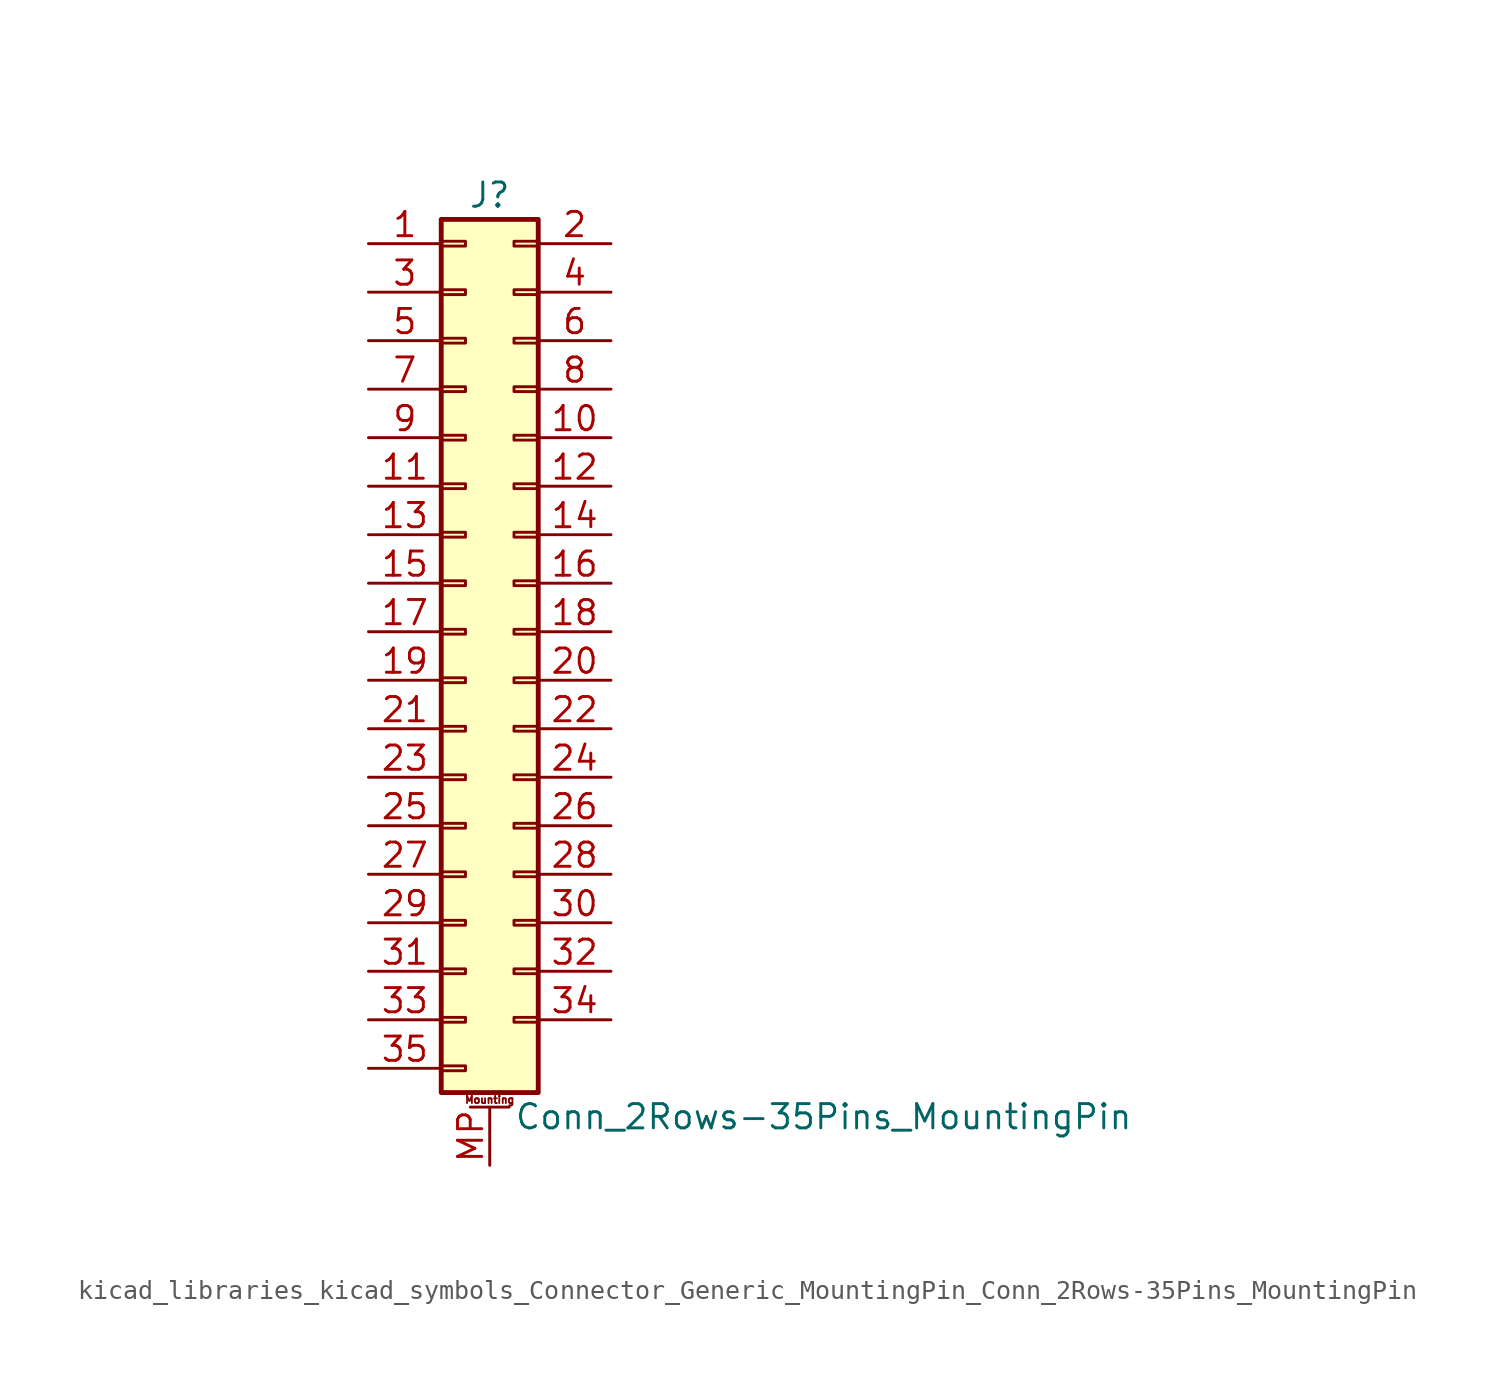
<source format=kicad_sym>
(kicad_symbol_lib
  (version 20220914)
  (generator kicad_symbol_editor)
  (symbol "kicad_libraries_kicad_symbols_Connector_Generic_MountingPin_Conn_2Rows-35Pins_MountingPin"
    (pin_names
      (offset 1.016) hide)
    (property "Reference" "J"
      (at 1.27 22.86 0)
      (effects (font (size 1.27 1.27))))
    (property "Value" "Conn_2Rows-35Pins_MountingPin"
      (at 2.54 -25.4 0)
      (effects (font (size 1.27 1.27)) (justify left)))
    (symbol "kicad_libraries_kicad_symbols_Connector_Generic_MountingPin_Conn_2Rows-35Pins_MountingPin_1_1"
      (rectangle (start -1.27 -22.733) (end 0 -22.987) (stroke (width 0.152) (type default)) (fill (type none)))
      (rectangle (start -1.27 -20.193) (end 0 -20.447) (stroke (width 0.152) (type default)) (fill (type none)))
      (rectangle (start -1.27 -17.653) (end 0 -17.907) (stroke (width 0.152) (type default)) (fill (type none)))
      (rectangle (start -1.27 -15.113) (end 0 -15.367) (stroke (width 0.152) (type default)) (fill (type none)))
      (rectangle (start -1.27 -12.573) (end 0 -12.827) (stroke (width 0.152) (type default)) (fill (type none)))
      (rectangle (start -1.27 -10.033) (end 0 -10.287) (stroke (width 0.152) (type default)) (fill (type none)))
      (rectangle (start -1.27 -7.493) (end 0 -7.747) (stroke (width 0.152) (type default)) (fill (type none)))
      (rectangle (start -1.27 -4.953) (end 0 -5.207) (stroke (width 0.152) (type default)) (fill (type none)))
      (rectangle (start -1.27 -2.413) (end 0 -2.667) (stroke (width 0.152) (type default)) (fill (type none)))
      (rectangle (start -1.27 0.127) (end 0 -0.127) (stroke (width 0.152) (type default)) (fill (type none)))
      (rectangle (start -1.27 2.667) (end 0 2.413) (stroke (width 0.152) (type default)) (fill (type none)))
      (rectangle (start -1.27 5.207) (end 0 4.953) (stroke (width 0.152) (type default)) (fill (type none)))
      (rectangle (start -1.27 7.747) (end 0 7.493) (stroke (width 0.152) (type default)) (fill (type none)))
      (rectangle (start -1.27 10.287) (end 0 10.033) (stroke (width 0.152) (type default)) (fill (type none)))
      (rectangle (start -1.27 12.827) (end 0 12.573) (stroke (width 0.152) (type default)) (fill (type none)))
      (rectangle (start -1.27 15.367) (end 0 15.113) (stroke (width 0.152) (type default)) (fill (type none)))
      (rectangle (start -1.27 17.907) (end 0 17.653) (stroke (width 0.152) (type default)) (fill (type none)))
      (rectangle (start -1.27 20.447) (end 0 20.193) (stroke (width 0.152) (type default)) (fill (type none)))
      (rectangle (start -1.27 21.59) (end 3.81 -24.13) (stroke (width 0.254) (type default)) (fill (type background)))
      (polyline (pts (xy 0.254 -24.892) (xy 2.286 -24.892)) (stroke (width 0.152) (type default)) (fill (type none)))
      (rectangle (start 3.81 -20.193) (end 2.54 -20.447) (stroke (width 0.152) (type default)) (fill (type none)))
      (rectangle (start 3.81 -17.653) (end 2.54 -17.907) (stroke (width 0.152) (type default)) (fill (type none)))
      (rectangle (start 3.81 -15.113) (end 2.54 -15.367) (stroke (width 0.152) (type default)) (fill (type none)))
      (rectangle (start 3.81 -12.573) (end 2.54 -12.827) (stroke (width 0.152) (type default)) (fill (type none)))
      (rectangle (start 3.81 -10.033) (end 2.54 -10.287) (stroke (width 0.152) (type default)) (fill (type none)))
      (rectangle (start 3.81 -7.493) (end 2.54 -7.747) (stroke (width 0.152) (type default)) (fill (type none)))
      (rectangle (start 3.81 -4.953) (end 2.54 -5.207) (stroke (width 0.152) (type default)) (fill (type none)))
      (rectangle (start 3.81 -2.413) (end 2.54 -2.667) (stroke (width 0.152) (type default)) (fill (type none)))
      (rectangle (start 3.81 0.127) (end 2.54 -0.127) (stroke (width 0.152) (type default)) (fill (type none)))
      (rectangle (start 3.81 2.667) (end 2.54 2.413) (stroke (width 0.152) (type default)) (fill (type none)))
      (rectangle (start 3.81 5.207) (end 2.54 4.953) (stroke (width 0.152) (type default)) (fill (type none)))
      (rectangle (start 3.81 7.747) (end 2.54 7.493) (stroke (width 0.152) (type default)) (fill (type none)))
      (rectangle (start 3.81 10.287) (end 2.54 10.033) (stroke (width 0.152) (type default)) (fill (type none)))
      (rectangle (start 3.81 12.827) (end 2.54 12.573) (stroke (width 0.152) (type default)) (fill (type none)))
      (rectangle (start 3.81 15.367) (end 2.54 15.113) (stroke (width 0.152) (type default)) (fill (type none)))
      (rectangle (start 3.81 17.907) (end 2.54 17.653) (stroke (width 0.152) (type default)) (fill (type none)))
      (rectangle (start 3.81 20.447) (end 2.54 20.193) (stroke (width 0.152) (type default)) (fill (type none)))
      (text "Mounting" (at 1.27 -24.511 0) (effects (font (size 0.381 0.381))))
      (pin passive line (at -5.08 20.32 0) (length 3.81) (name "Pin_1" (effects (font (size 1.27 1.27)))) (number "1" (effects (font (size 1.27 1.27)))))
      (pin passive line (at 7.62 10.16 180) (length 3.81) (name "Pin_10" (effects (font (size 1.27 1.27)))) (number "10" (effects (font (size 1.27 1.27)))))
      (pin passive line (at -5.08 7.62 0) (length 3.81) (name "Pin_11" (effects (font (size 1.27 1.27)))) (number "11" (effects (font (size 1.27 1.27)))))
      (pin passive line (at 7.62 7.62 180) (length 3.81) (name "Pin_12" (effects (font (size 1.27 1.27)))) (number "12" (effects (font (size 1.27 1.27)))))
      (pin passive line (at -5.08 5.08 0) (length 3.81) (name "Pin_13" (effects (font (size 1.27 1.27)))) (number "13" (effects (font (size 1.27 1.27)))))
      (pin passive line (at 7.62 5.08 180) (length 3.81) (name "Pin_14" (effects (font (size 1.27 1.27)))) (number "14" (effects (font (size 1.27 1.27)))))
      (pin passive line (at -5.08 2.54 0) (length 3.81) (name "Pin_15" (effects (font (size 1.27 1.27)))) (number "15" (effects (font (size 1.27 1.27)))))
      (pin passive line (at 7.62 2.54 180) (length 3.81) (name "Pin_16" (effects (font (size 1.27 1.27)))) (number "16" (effects (font (size 1.27 1.27)))))
      (pin passive line (at -5.08 0 0) (length 3.81) (name "Pin_17" (effects (font (size 1.27 1.27)))) (number "17" (effects (font (size 1.27 1.27)))))
      (pin passive line (at 7.62 0 180) (length 3.81) (name "Pin_18" (effects (font (size 1.27 1.27)))) (number "18" (effects (font (size 1.27 1.27)))))
      (pin passive line (at -5.08 -2.54 0) (length 3.81) (name "Pin_19" (effects (font (size 1.27 1.27)))) (number "19" (effects (font (size 1.27 1.27)))))
      (pin passive line (at 7.62 20.32 180) (length 3.81) (name "Pin_2" (effects (font (size 1.27 1.27)))) (number "2" (effects (font (size 1.27 1.27)))))
      (pin passive line (at 7.62 -2.54 180) (length 3.81) (name "Pin_20" (effects (font (size 1.27 1.27)))) (number "20" (effects (font (size 1.27 1.27)))))
      (pin passive line (at -5.08 -5.08 0) (length 3.81) (name "Pin_21" (effects (font (size 1.27 1.27)))) (number "21" (effects (font (size 1.27 1.27)))))
      (pin passive line (at 7.62 -5.08 180) (length 3.81) (name "Pin_22" (effects (font (size 1.27 1.27)))) (number "22" (effects (font (size 1.27 1.27)))))
      (pin passive line (at -5.08 -7.62 0) (length 3.81) (name "Pin_23" (effects (font (size 1.27 1.27)))) (number "23" (effects (font (size 1.27 1.27)))))
      (pin passive line (at 7.62 -7.62 180) (length 3.81) (name "Pin_24" (effects (font (size 1.27 1.27)))) (number "24" (effects (font (size 1.27 1.27)))))
      (pin passive line (at -5.08 -10.16 0) (length 3.81) (name "Pin_25" (effects (font (size 1.27 1.27)))) (number "25" (effects (font (size 1.27 1.27)))))
      (pin passive line (at 7.62 -10.16 180) (length 3.81) (name "Pin_26" (effects (font (size 1.27 1.27)))) (number "26" (effects (font (size 1.27 1.27)))))
      (pin passive line (at -5.08 -12.7 0) (length 3.81) (name "Pin_27" (effects (font (size 1.27 1.27)))) (number "27" (effects (font (size 1.27 1.27)))))
      (pin passive line (at 7.62 -12.7 180) (length 3.81) (name "Pin_28" (effects (font (size 1.27 1.27)))) (number "28" (effects (font (size 1.27 1.27)))))
      (pin passive line (at -5.08 -15.24 0) (length 3.81) (name "Pin_29" (effects (font (size 1.27 1.27)))) (number "29" (effects (font (size 1.27 1.27)))))
      (pin passive line (at -5.08 17.78 0) (length 3.81) (name "Pin_3" (effects (font (size 1.27 1.27)))) (number "3" (effects (font (size 1.27 1.27)))))
      (pin passive line (at 7.62 -15.24 180) (length 3.81) (name "Pin_30" (effects (font (size 1.27 1.27)))) (number "30" (effects (font (size 1.27 1.27)))))
      (pin passive line (at -5.08 -17.78 0) (length 3.81) (name "Pin_31" (effects (font (size 1.27 1.27)))) (number "31" (effects (font (size 1.27 1.27)))))
      (pin passive line (at 7.62 -17.78 180) (length 3.81) (name "Pin_32" (effects (font (size 1.27 1.27)))) (number "32" (effects (font (size 1.27 1.27)))))
      (pin passive line (at -5.08 -20.32 0) (length 3.81) (name "Pin_33" (effects (font (size 1.27 1.27)))) (number "33" (effects (font (size 1.27 1.27)))))
      (pin passive line (at 7.62 -20.32 180) (length 3.81) (name "Pin_34" (effects (font (size 1.27 1.27)))) (number "34" (effects (font (size 1.27 1.27)))))
      (pin passive line (at -5.08 -22.86 0) (length 3.81) (name "Pin_35" (effects (font (size 1.27 1.27)))) (number "35" (effects (font (size 1.27 1.27)))))
      (pin passive line (at 7.62 17.78 180) (length 3.81) (name "Pin_4" (effects (font (size 1.27 1.27)))) (number "4" (effects (font (size 1.27 1.27)))))
      (pin passive line (at -5.08 15.24 0) (length 3.81) (name "Pin_5" (effects (font (size 1.27 1.27)))) (number "5" (effects (font (size 1.27 1.27)))))
      (pin passive line (at 7.62 15.24 180) (length 3.81) (name "Pin_6" (effects (font (size 1.27 1.27)))) (number "6" (effects (font (size 1.27 1.27)))))
      (pin passive line (at -5.08 12.7 0) (length 3.81) (name "Pin_7" (effects (font (size 1.27 1.27)))) (number "7" (effects (font (size 1.27 1.27)))))
      (pin passive line (at 7.62 12.7 180) (length 3.81) (name "Pin_8" (effects (font (size 1.27 1.27)))) (number "8" (effects (font (size 1.27 1.27)))))
      (pin passive line (at -5.08 10.16 0) (length 3.81) (name "Pin_9" (effects (font (size 1.27 1.27)))) (number "9" (effects (font (size 1.27 1.27)))))
      (pin passive line (at 1.27 -27.94 90) (length 3.048) (name "MountPin" (effects (font (size 1.27 1.27)))) (number "MP" (effects (font (size 1.27 1.27))))))))
</source>
